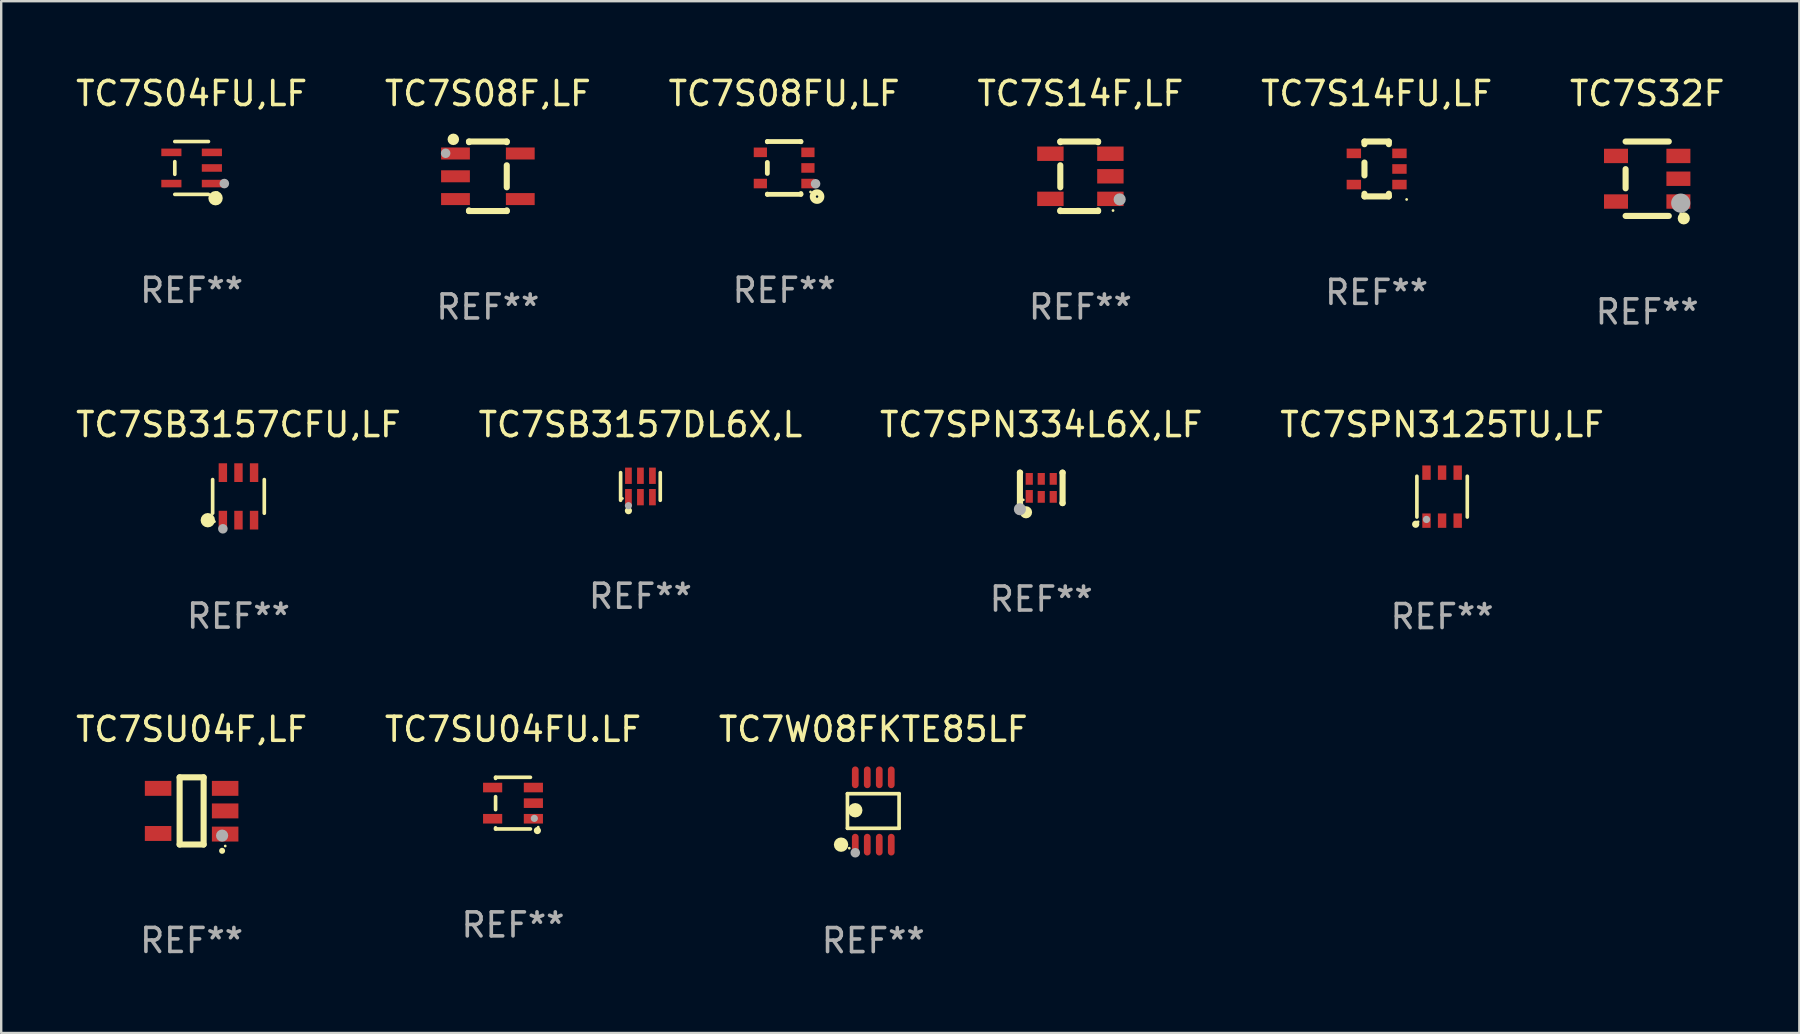
<source format=kicad_pcb>
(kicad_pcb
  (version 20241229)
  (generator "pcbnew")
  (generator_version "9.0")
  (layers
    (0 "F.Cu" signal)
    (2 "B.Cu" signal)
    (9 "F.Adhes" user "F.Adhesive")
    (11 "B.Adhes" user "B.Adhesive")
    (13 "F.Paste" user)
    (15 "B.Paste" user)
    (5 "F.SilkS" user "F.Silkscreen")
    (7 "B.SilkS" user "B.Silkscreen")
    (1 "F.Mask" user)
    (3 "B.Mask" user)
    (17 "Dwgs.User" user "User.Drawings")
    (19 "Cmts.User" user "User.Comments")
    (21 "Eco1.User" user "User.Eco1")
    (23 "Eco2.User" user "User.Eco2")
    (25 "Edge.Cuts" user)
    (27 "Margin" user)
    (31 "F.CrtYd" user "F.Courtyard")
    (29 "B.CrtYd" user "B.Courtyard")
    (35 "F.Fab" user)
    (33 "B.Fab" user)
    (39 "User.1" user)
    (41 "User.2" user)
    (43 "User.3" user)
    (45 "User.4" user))
  (footprint "TC7SPN334L6X,LF"
    (layer "F.Cu")
    (at 40.339 17.28)
    (property "Reference" "TC7SPN334L6X,LF" (at 0 -2.635 0) (layer "F.SilkS") (effects (font (size 1 1) (thickness 0.15))))
    (attr through_hole)
    (fp_line (start -0.889 -0.635) (end -0.889 0.635) (stroke (width 0.254) (type solid)) (layer "F.SilkS"))
    (fp_line (start -0.889 0.635) (end -0.881 0.635) (stroke (width 0.254) (type solid)) (layer "F.SilkS"))
    (fp_line (start -0.881 -0.635) (end -0.889 -0.635) (stroke (width 0.254) (type solid)) (layer "F.SilkS"))
    (fp_line (start 0.881 0.635) (end 0.889 0.635) (stroke (width 0.254) (type solid)) (layer "F.SilkS"))
    (fp_line (start 0.889 -0.635) (end 0.881 -0.635) (stroke (width 0.254) (type solid)) (layer "F.SilkS"))
    (fp_line (start 0.889 0.635) (end 0.889 -0.635) (stroke (width 0.254) (type solid)) (layer "F.SilkS"))
    (fp_circle (center -0.75 0.5) (end -0.72 0.5) (stroke (width 0.06) (type solid)) (fill no) (layer "F.SilkS"))
    (fp_circle (center -0.635 1.016) (end -0.508 1.016) (stroke (width 0.254) (type solid)) (fill no) (layer "F.SilkS"))
    (fp_circle (center -0.889 0.889) (end -0.762 0.889) (stroke (width 0.254) (type solid)) (fill no) (layer "F.Fab"))
    (fp_text user "REF**" (at 0 4.635 0) (layer "F.Fab") (effects (font (size 1 1) (thickness 0.15))))
    (pad "1" smd rect (at -0.5 0.355) (size 0.3 0.53) (layers "F.Cu" "F.Mask" "F.Paste"))
    (pad "2" smd rect (at 0.000127 0.375) (size 0.3 0.49) (layers "F.Cu" "F.Mask" "F.Paste"))
    (pad "3" smd rect (at 0.5 0.375) (size 0.3 0.49) (layers "F.Cu" "F.Mask" "F.Paste"))
    (pad "4" smd rect (at 0.5 -0.375) (size 0.3 0.49) (layers "F.Cu" "F.Mask" "F.Paste"))
    (pad "5" smd rect (at 0.000127 -0.375) (size 0.3 0.49) (layers "F.Cu" "F.Mask" "F.Paste"))
    (pad "6" smd rect (at -0.5 -0.375) (size 0.3 0.49) (layers "F.Cu" "F.Mask" "F.Paste")))
  (footprint "TC7SB3157CFU,LF"
    (layer "F.Cu")
    (at 6.887 17.635)
    (property "Reference" "TC7SB3157CFU,LF" (at 0 -2.99 0) (layer "F.SilkS") (effects (font (size 1 1) (thickness 0.15))))
    (attr through_hole)
    (fp_line (start -1.076 0.701) (end -1.076 -0.701) (stroke (width 0.152) (type solid)) (layer "F.SilkS"))
    (fp_line (start 1.076 0.701) (end 1.076 -0.701) (stroke (width 0.152) (type solid)) (layer "F.SilkS"))
    (fp_circle (center -1.277 0.992) (end -1.127 0.992) (stroke (width 0.3) (type solid)) (fill no) (layer "F.SilkS"))
    (fp_circle (center -1 1.05) (end -0.97 1.05) (stroke (width 0.06) (type solid)) (fill no) (layer "F.SilkS"))
    (fp_circle (center -0.65 1.35) (end -0.55 1.35) (stroke (width 0.2) (type solid)) (fill no) (layer "F.Fab"))
    (fp_text user "REF**" (at 0 4.99 0) (layer "F.Fab") (effects (font (size 1 1) (thickness 0.15))))
    (pad "1" smd rect (at -0.65 0.99) (size 0.35 0.78) (layers "F.Cu" "F.Mask" "F.Paste"))
    (pad "2" smd rect (at 0 0.99) (size 0.35 0.78) (layers "F.Cu" "F.Mask" "F.Paste"))
    (pad "3" smd rect (at 0.65 0.99) (size 0.35 0.78) (layers "F.Cu" "F.Mask" "F.Paste"))
    (pad "4" smd rect (at 0.65 -0.99) (size 0.35 0.78) (layers "F.Cu" "F.Mask" "F.Paste"))
    (pad "5" smd rect (at 0 -0.99) (size 0.35 0.78) (layers "F.Cu" "F.Mask" "F.Paste"))
    (pad "6" smd rect (at -0.65 -0.99) (size 0.35 0.78) (layers "F.Cu" "F.Mask" "F.Paste")))
  (footprint "TC7S04FU,LF"
    (layer "F.Cu")
    (at 4.935 3.949)
    (property "Reference" "TC7S04FU,LF" (at 0 -3.101 0) (layer "F.SilkS") (effects (font (size 1 1) (thickness 0.15))))
    (attr through_hole)
    (fp_line (start -0.701 -0.264) (end -0.701 0.264) (stroke (width 0.152) (type solid)) (layer "F.SilkS"))
    (fp_line (start 0.701 -1.101) (end -0.701 -1.101) (stroke (width 0.152) (type solid)) (layer "F.SilkS"))
    (fp_line (start 0.701 1.101) (end -0.701 1.101) (stroke (width 0.152) (type solid)) (layer "F.SilkS"))
    (fp_circle (center 0.997 1.26) (end 1.147 1.26) (stroke (width 0.3) (type solid)) (fill no) (layer "F.SilkS"))
    (fp_circle (center 1.063 1.025) (end 1.093 1.025) (stroke (width 0.06) (type solid)) (fill no) (layer "F.SilkS"))
    (fp_circle (center 1.362 0.65) (end 1.463 0.65) (stroke (width 0.2) (type solid)) (fill no) (layer "F.Fab"))
    (fp_text user "REF**" (at 0 5.101 0) (layer "F.Fab") (effects (font (size 1 1) (thickness 0.15))))
    (pad "1" smd rect (at 0.844 0.65) (size 0.839 0.315) (layers "F.Cu" "F.Mask" "F.Paste"))
    (pad "2" smd rect (at 0.844 0) (size 0.839 0.315) (layers "F.Cu" "F.Mask" "F.Paste"))
    (pad "3" smd rect (at 0.844 -0.65) (size 0.839 0.315) (layers "F.Cu" "F.Mask" "F.Paste"))
    (pad "4" smd rect (at -0.844 -0.65) (size 0.839 0.315) (layers "F.Cu" "F.Mask" "F.Paste"))
    (pad "5" smd rect (at -0.844 0.65) (size 0.839 0.315) (layers "F.Cu" "F.Mask" "F.Paste")))
  (footprint "TC7SU04FU.LF"
    (layer "F.Cu")
    (at 18.327 30.417)
    (property "Reference" "TC7SU04FU.LF" (at 0 -3.076 0) (layer "F.SilkS") (effects (font (size 1 1) (thickness 0.15))))
    (attr through_hole)
    (fp_line (start -0.726 -1.03) (end -0.726 -1.076) (stroke (width 0.152) (type solid)) (layer "F.SilkS"))
    (fp_line (start -0.726 0.27) (end -0.726 -0.27) (stroke (width 0.152) (type solid)) (layer "F.SilkS"))
    (fp_line (start -0.726 1.076) (end -0.726 1.03) (stroke (width 0.152) (type solid)) (layer "F.SilkS"))
    (fp_line (start 0.726 -1.076) (end -0.726 -1.076) (stroke (width 0.152) (type solid)) (layer "F.SilkS"))
    (fp_line (start 0.726 1.076) (end -0.726 1.076) (stroke (width 0.152) (type solid)) (layer "F.SilkS"))
    (fp_circle (center 1.016 1.143) (end 1.091 1.143) (stroke (width 0.15) (type solid)) (fill no) (layer "F.SilkS"))
    (fp_circle (center 1.05 1) (end 1.08 1) (stroke (width 0.06) (type solid)) (fill no) (layer "F.SilkS"))
    (fp_circle (center 0.889 0.635) (end 0.964 0.635) (stroke (width 0.15) (type solid)) (fill no) (layer "F.Fab"))
    (fp_text user "REF**" (at 0 5.076 0) (layer "F.Fab") (effects (font (size 1 1) (thickness 0.15))))
    (pad "1" smd rect (at 0.849 0.65 90) (size 0.4 0.798) (layers "F.Cu" "F.Mask" "F.Paste"))
    (pad "2" smd rect (at 0.849 0 90) (size 0.4 0.798) (layers "F.Cu" "F.Mask" "F.Paste"))
    (pad "3" smd rect (at 0.849 -0.65 90) (size 0.4 0.798) (layers "F.Cu" "F.Mask" "F.Paste"))
    (pad "4" smd rect (at -0.849 -0.65 90) (size 0.4 0.798) (layers "F.Cu" "F.Mask" "F.Paste"))
    (pad "5" smd rect (at -0.849 0.65 90) (size 0.4 0.798) (layers "F.Cu" "F.Mask" "F.Paste")))
  (footprint "TC7SPN3125TU,LF"
    (layer "F.Cu")
    (at 57.042 17.645)
    (property "Reference" "TC7SPN3125TU,LF" (at 0 -3 0) (layer "F.SilkS") (effects (font (size 1 1) (thickness 0.15))))
    (attr through_hole)
    (fp_line (start -1.05 -0.85) (end -1.05 0.85) (stroke (width 0.152) (type solid)) (layer "F.SilkS"))
    (fp_line (start 1.05 -0.85) (end 1.05 0.85) (stroke (width 0.152) (type solid)) (layer "F.SilkS"))
    (fp_circle (center -1.1 1.15) (end -1.024 1.15) (stroke (width 0.152) (type solid)) (fill no) (layer "F.SilkS"))
    (fp_circle (center -1 1.05) (end -0.97 1.05) (stroke (width 0.06) (type solid)) (fill no) (layer "F.SilkS"))
    (fp_circle (center -0.65 0.95) (end -0.574 0.95) (stroke (width 0.152) (type solid)) (fill no) (layer "F.Fab"))
    (fp_text user "REF**" (at 0 5 0) (layer "F.Fab") (effects (font (size 1 1) (thickness 0.15))))
    (pad "1" smd rect (at -0.65 1) (size 0.35 0.6) (layers "F.Cu" "F.Mask" "F.Paste"))
    (pad "2" smd rect (at -0.000051 1) (size 0.35 0.6) (layers "F.Cu" "F.Mask" "F.Paste"))
    (pad "3" smd rect (at 0.65 1) (size 0.35 0.6) (layers "F.Cu" "F.Mask" "F.Paste"))
    (pad "4" smd rect (at 0.65 -1) (size 0.35 0.6) (layers "F.Cu" "F.Mask" "F.Paste"))
    (pad "5" smd rect (at -0.000051 -1) (size 0.35 0.6) (layers "F.Cu" "F.Mask" "F.Paste"))
    (pad "6" smd rect (at -0.65 -1) (size 0.35 0.6) (layers "F.Cu" "F.Mask" "F.Paste")))
  (footprint "TC7SU04F,LF"
    (layer "F.Cu")
    (at 4.935 30.741)
    (property "Reference" "TC7SU04F,LF" (at 0 -3.4 0) (layer "F.SilkS") (effects (font (size 1 1) (thickness 0.15))))
    (attr through_hole)
    (fp_line (start -0.5 -1.4) (end 0.5 -1.4) (stroke (width 0.254) (type solid)) (layer "F.SilkS"))
    (fp_line (start -0.5 1.4) (end -0.5 -1.4) (stroke (width 0.254) (type solid)) (layer "F.SilkS"))
    (fp_line (start 0.5 -1.4) (end 0.5 1.4) (stroke (width 0.254) (type solid)) (layer "F.SilkS"))
    (fp_line (start 0.5 1.4) (end -0.5 1.4) (stroke (width 0.254) (type solid)) (layer "F.SilkS"))
    (fp_arc (start 1.269926 1.663653) (mid 1.269919 1.662383) (end 1.269926 1.661113) (stroke (width 0.24892) (type solid)) (layer "F.SilkS"))
    (fp_circle (center 1.4 1.463) (end 1.43 1.463) (stroke (width 0.06) (type solid)) (fill no) (layer "F.SilkS"))
    (fp_circle (center 1.27 1.029) (end 1.397 1.029) (stroke (width 0.254) (type solid)) (fill no) (layer "F.Fab"))
    (fp_text user "REF**" (at 0 5.4 0) (layer "F.Fab") (effects (font (size 1 1) (thickness 0.15))))
    (pad "1" smd rect (at 1.397 0.965 90) (size 0.622 1.105) (layers "F.Cu" "F.Mask" "F.Paste"))
    (pad "2" smd rect (at 1.397 0.000025 90) (size 0.622 1.105) (layers "F.Cu" "F.Mask" "F.Paste"))
    (pad "3" smd rect (at 1.397 -0.94 90) (size 0.622 1.105) (layers "F.Cu" "F.Mask" "F.Paste"))
    (pad "4" smd rect (at -1.397 -0.94 90) (size 0.622 1.105) (layers "F.Cu" "F.Mask" "F.Paste"))
    (pad "5" smd rect (at -1.397 0.94 90) (size 0.622 1.105) (layers "F.Cu" "F.Mask" "F.Paste")))
  (footprint "TC7S14F,LF"
    (layer "F.Cu")
    (at 41.97 4.296)
    (property "Reference" "TC7S14F,LF" (at 0 -3.448 0) (layer "F.SilkS") (effects (font (size 1 1) (thickness 0.15))))
    (attr through_hole)
    (fp_line (start -0.837 -1.448) (end 0.738 -1.448) (stroke (width 0.254) (type solid)) (layer "F.SilkS"))
    (fp_line (start -0.837 -1.421) (end -0.837 -1.448) (stroke (width 0.254) (type solid)) (layer "F.SilkS"))
    (fp_line (start -0.837 0.459) (end -0.837 -0.459) (stroke (width 0.254) (type solid)) (layer "F.SilkS"))
    (fp_line (start -0.837 1.448) (end -0.837 1.421) (stroke (width 0.254) (type solid)) (layer "F.SilkS"))
    (fp_line (start 0.738 -1.421) (end 0.738 -1.448) (stroke (width 0.254) (type solid)) (layer "F.SilkS"))
    (fp_line (start 0.738 1.448) (end -0.837 1.448) (stroke (width 0.254) (type solid)) (layer "F.SilkS"))
    (fp_line (start 0.738 1.448) (end 0.738 1.421) (stroke (width 0.254) (type solid)) (layer "F.SilkS"))
    (fp_circle (center 1.36 1.427) (end 1.39 1.427) (stroke (width 0.06) (type solid)) (fill no) (layer "F.SilkS"))
    (fp_circle (center 1.637 0.963) (end 1.764 0.963) (stroke (width 0.254) (type solid)) (fill no) (layer "F.Fab"))
    (fp_text user "REF**" (at 0 5.448 0) (layer "F.Fab") (effects (font (size 1 1) (thickness 0.15))))
    (pad "1" smd rect (at 1.25 0.94 270) (size 0.6 1.1) (layers "F.Cu" "F.Mask" "F.Paste"))
    (pad "2" smd rect (at 1.25 0 270) (size 0.6 1.1) (layers "F.Cu" "F.Mask" "F.Paste"))
    (pad "3" smd rect (at 1.25 -0.94 270) (size 0.6 1.1) (layers "F.Cu" "F.Mask" "F.Paste"))
    (pad "4" smd rect (at -1.25 -0.94 270) (size 0.6 1.1) (layers "F.Cu" "F.Mask" "F.Paste"))
    (pad "5" smd rect (at -1.25 0.94 270) (size 0.6 1.1) (layers "F.Cu" "F.Mask" "F.Paste")))
  (footprint "TC7SB3157DL6X,L"
    (layer "F.Cu")
    (at 23.637 17.221)
    (property "Reference" "TC7SB3157DL6X,L" (at 0 -2.576 0) (layer "F.SilkS") (effects (font (size 1 1) (thickness 0.15))))
    (attr through_hole)
    (fp_line (start -0.826 0.576) (end -0.826 -0.576) (stroke (width 0.152) (type solid)) (layer "F.SilkS"))
    (fp_line (start 0.826 0.576) (end 0.826 -0.576) (stroke (width 0.152) (type solid)) (layer "F.SilkS"))
    (fp_circle (center -0.75 0.5) (end -0.72 0.5) (stroke (width 0.06) (type solid)) (fill no) (layer "F.SilkS"))
    (fp_circle (center -0.5 1.01) (end -0.425 1.01) (stroke (width 0.15) (type solid)) (fill no) (layer "F.SilkS"))
    (fp_circle (center -0.5 0.8) (end -0.425 0.8) (stroke (width 0.15) (type solid)) (fill no) (layer "F.Fab"))
    (fp_text user "REF**" (at 0 4.576 0) (layer "F.Fab") (effects (font (size 1 1) (thickness 0.15))))
    (pad "1" smd rect (at -0.5 0.445) (size 0.28 0.68) (layers "F.Cu" "F.Mask" "F.Paste"))
    (pad "2" smd rect (at 0 0.446) (size 0.28 0.68) (layers "F.Cu" "F.Mask" "F.Paste"))
    (pad "3" smd rect (at 0.5 0.446) (size 0.28 0.68) (layers "F.Cu" "F.Mask" "F.Paste"))
    (pad "4" smd rect (at 0.5 -0.446) (size 0.28 0.68) (layers "F.Cu" "F.Mask" "F.Paste"))
    (pad "5" smd rect (at 0 -0.446) (size 0.28 0.68) (layers "F.Cu" "F.Mask" "F.Paste"))
    (pad "6" smd rect (at -0.5 -0.446) (size 0.28 0.68) (layers "F.Cu" "F.Mask" "F.Paste")))
  (footprint "TC7W08FKTE85LF"
    (layer "F.Cu")
    (at 33.339 30.744)
    (property "Reference" "TC7W08FKTE85LF" (at 0 -3.403 0) (layer "F.SilkS") (effects (font (size 1 1) (thickness 0.15))))
    (attr through_hole)
    (fp_line (start -1.076 -0.721) (end 1.076 -0.721) (stroke (width 0.152) (type solid)) (layer "F.SilkS"))
    (fp_line (start -1.076 0.721) (end -1.076 -0.721) (stroke (width 0.152) (type solid)) (layer "F.SilkS"))
    (fp_line (start 1.076 -0.721) (end 1.076 0.721) (stroke (width 0.152) (type solid)) (layer "F.SilkS"))
    (fp_line (start 1.076 0.721) (end -1.076 0.721) (stroke (width 0.152) (type solid)) (layer "F.SilkS"))
    (fp_circle (center -1.342 1.403) (end -1.192 1.403) (stroke (width 0.3) (type solid)) (fill no) (layer "F.SilkS"))
    (fp_circle (center -1 1.55) (end -0.97 1.55) (stroke (width 0.06) (type solid)) (fill no) (layer "F.SilkS"))
    (fp_circle (center -0.75 -0.031) (end -0.6 -0.031) (stroke (width 0.3) (type solid)) (fill no) (layer "F.SilkS"))
    (fp_circle (center -0.75 1.74) (end -0.65 1.74) (stroke (width 0.2) (type solid)) (fill no) (layer "F.Fab"))
    (fp_text user "REF**" (at 0 5.403 0) (layer "F.Fab") (effects (font (size 1 1) (thickness 0.15))))
    (pad "1" smd oval (at -0.75 1.403) (size 0.28 0.905) (layers "F.Cu" "F.Mask" "F.Paste"))
    (pad "2" smd oval (at -0.25 1.403) (size 0.28 0.905) (layers "F.Cu" "F.Mask" "F.Paste"))
    (pad "3" smd oval (at 0.25 1.403) (size 0.28 0.905) (layers "F.Cu" "F.Mask" "F.Paste"))
    (pad "4" smd oval (at 0.75 1.403) (size 0.28 0.905) (layers "F.Cu" "F.Mask" "F.Paste"))
    (pad "5" smd oval (at 0.75 -1.403) (size 0.28 0.905) (layers "F.Cu" "F.Mask" "F.Paste"))
    (pad "6" smd oval (at 0.25 -1.403) (size 0.28 0.905) (layers "F.Cu" "F.Mask" "F.Paste"))
    (pad "7" smd oval (at -0.25 -1.403) (size 0.28 0.905) (layers "F.Cu" "F.Mask" "F.Paste"))
    (pad "8" smd oval (at -0.75 -1.403) (size 0.28 0.905) (layers "F.Cu" "F.Mask" "F.Paste")))
  (footprint "TC7S08FU,LF"
    (layer "F.Cu")
    (at 29.625 3.948)
    (property "Reference" "TC7S08FU,LF" (at 0 -3.1 0) (layer "F.SilkS") (effects (font (size 1 1) (thickness 0.15))))
    (attr through_hole)
    (fp_line (start -0.7 -1.1) (end 0.7 -1.1) (stroke (width 0.2) (type solid)) (layer "F.SilkS"))
    (fp_line (start -0.7 -1.09) (end -0.7 -1.1) (stroke (width 0.2) (type solid)) (layer "F.SilkS"))
    (fp_line (start -0.7 0.23) (end -0.7 -0.23) (stroke (width 0.2) (type solid)) (layer "F.SilkS"))
    (fp_line (start -0.7 1.1) (end -0.7 1.09) (stroke (width 0.2) (type solid)) (layer "F.SilkS"))
    (fp_line (start -0.7 1.1) (end 0.7 1.1) (stroke (width 0.2) (type solid)) (layer "F.SilkS"))
    (fp_line (start 0.7 -1.09) (end 0.7 -1.1) (stroke (width 0.2) (type solid)) (layer "F.SilkS"))
    (fp_line (start 0.7 1.1) (end 0.7 1.065) (stroke (width 0.2) (type solid)) (layer "F.SilkS"))
    (fp_circle (center 1.1 1) (end 1.13 1) (stroke (width 0.06) (type solid)) (fill no) (layer "F.SilkS"))
    (fp_circle (center 1.372 1.194) (end 1.422 1.194) (stroke (width 0.254) (type solid)) (fill no) (layer "F.SilkS"))
    (fp_circle (center 1.31 0.66) (end 1.41 0.66) (stroke (width 0.2) (type solid)) (fill no) (layer "F.Fab"))
    (fp_text user "REF**" (at 0 5.1 0) (layer "F.Fab") (effects (font (size 1 1) (thickness 0.15))))
    (pad "1" smd rect (at 0.991 0.65 270) (size 0.399 0.551) (layers "F.Cu" "F.Mask" "F.Paste"))
    (pad "2" smd rect (at 0.991 0.000051 270) (size 0.399 0.551) (layers "F.Cu" "F.Mask" "F.Paste"))
    (pad "3" smd rect (at 0.991 -0.65 270) (size 0.399 0.551) (layers "F.Cu" "F.Mask" "F.Paste"))
    (pad "4" smd rect (at -0.991 -0.65 270) (size 0.399 0.551) (layers "F.Cu" "F.Mask" "F.Paste"))
    (pad "5" smd rect (at -0.991 0.65 270) (size 0.399 0.551) (layers "F.Cu" "F.Mask" "F.Paste")))
  (footprint "TC7S32F"
    (layer "F.Cu")
    (at 65.589 4.398)
    (property "Reference" "TC7S32F" (at 0 -3.55 0) (layer "F.SilkS") (effects (font (size 1 1) (thickness 0.15))))
    (attr through_hole)
    (fp_line (start -0.9 -1.55) (end 0.9 -1.55) (stroke (width 0.254) (type solid)) (layer "F.SilkS"))
    (fp_line (start -0.9 0.4) (end -0.9 -0.4) (stroke (width 0.254) (type solid)) (layer "F.SilkS"))
    (fp_line (start -0.9 1.55) (end 0.9 1.55) (stroke (width 0.254) (type solid)) (layer "F.SilkS"))
    (fp_circle (center 1.4 1.45) (end 1.43 1.45) (stroke (width 0.06) (type solid)) (fill no) (layer "F.SilkS"))
    (fp_circle (center 1.524 1.651) (end 1.651 1.651) (stroke (width 0.254) (type solid)) (fill no) (layer "F.SilkS"))
    (fp_circle (center 1.397 1.016) (end 1.597 1.016) (stroke (width 0.4) (type solid)) (fill no) (layer "F.Fab"))
    (fp_text user "REF**" (at 0 5.55 0) (layer "F.Fab") (effects (font (size 1 1) (thickness 0.15))))
    (pad "1" smd rect (at 1.3 0.95) (size 1 0.6) (layers "F.Cu" "F.Mask" "F.Paste"))
    (pad "2" smd rect (at 1.3 -0.000051) (size 1 0.6) (layers "F.Cu" "F.Mask" "F.Paste"))
    (pad "3" smd rect (at 1.3 -0.95) (size 1 0.6) (layers "F.Cu" "F.Mask" "F.Paste"))
    (pad "4" smd rect (at -1.3 -0.95) (size 1 0.6) (layers "F.Cu" "F.Mask" "F.Paste"))
    (pad "5" smd rect (at -1.3 0.95) (size 1 0.6) (layers "F.Cu" "F.Mask" "F.Paste")))
  (footprint "TC7S08F,LF"
    (layer "F.Cu")
    (at 17.28 4.296)
    (property "Reference" "TC7S08F,LF" (at 0 -3.448 0) (layer "F.SilkS") (effects (font (size 1 1) (thickness 0.15))))
    (attr through_hole)
    (fp_line (start -0.787 -1.448) (end -0.787 -1.421) (stroke (width 0.254) (type solid)) (layer "F.SilkS"))
    (fp_line (start -0.787 -1.448) (end 0.787 -1.448) (stroke (width 0.254) (type solid)) (layer "F.SilkS"))
    (fp_line (start -0.787 1.421) (end -0.787 1.448) (stroke (width 0.254) (type solid)) (layer "F.SilkS"))
    (fp_line (start 0.787 -1.448) (end 0.787 -1.421) (stroke (width 0.254) (type solid)) (layer "F.SilkS"))
    (fp_line (start 0.787 -0.459) (end 0.787 0.459) (stroke (width 0.254) (type solid)) (layer "F.SilkS"))
    (fp_line (start 0.787 1.421) (end 0.787 1.448) (stroke (width 0.254) (type solid)) (layer "F.SilkS"))
    (fp_line (start 0.787 1.448) (end -0.787 1.448) (stroke (width 0.254) (type solid)) (layer "F.SilkS"))
    (fp_circle (center -1.55 -1.45) (end -1.52 -1.45) (stroke (width 0.06) (type solid)) (fill no) (layer "F.SilkS"))
    (fp_circle (center -1.44 -1.54) (end -1.32 -1.54) (stroke (width 0.24) (type solid)) (fill no) (layer "F.SilkS"))
    (fp_circle (center -1.76 -0.96) (end -1.66 -0.96) (stroke (width 0.2) (type solid)) (fill no) (layer "F.Fab"))
    (fp_text user "REF**" (at 0 5.448 0) (layer "F.Fab") (effects (font (size 1 1) (thickness 0.15))))
    (pad "1" smd rect (at -1.35 -0.95 90) (size 0.5 1.2) (layers "F.Cu" "F.Mask" "F.Paste"))
    (pad "2" smd rect (at -1.35 0 90) (size 0.5 1.2) (layers "F.Cu" "F.Mask" "F.Paste"))
    (pad "3" smd rect (at -1.35 0.95 270) (size 0.5 1.2) (layers "F.Cu" "F.Mask" "F.Paste"))
    (pad "4" smd rect (at 1.35 0.95 90) (size 0.5 1.2) (layers "F.Cu" "F.Mask" "F.Paste"))
    (pad "5" smd rect (at 1.35 -0.95 270) (size 0.5 1.2) (layers "F.Cu" "F.Mask" "F.Paste")))
  (footprint "TC7S14FU,LF"
    (layer "F.Cu")
    (at 54.315 3.991)
    (property "Reference" "TC7S14FU,LF" (at 0 -3.143 0) (layer "F.SilkS") (effects (font (size 1 1) (thickness 0.15))))
    (attr through_hole)
    (fp_line (start -0.508 -1.143) (end 0.508 -1.143) (stroke (width 0.254) (type solid)) (layer "F.SilkS"))
    (fp_line (start -0.508 -1.032) (end -0.508 -1.143) (stroke (width 0.254) (type solid)) (layer "F.SilkS"))
    (fp_line (start -0.508 0.268) (end -0.508 -0.268) (stroke (width 0.254) (type solid)) (layer "F.SilkS"))
    (fp_line (start -0.508 1.143) (end -0.508 1.032) (stroke (width 0.254) (type solid)) (layer "F.SilkS"))
    (fp_line (start 0.508 -1.143) (end 0.508 -1.032) (stroke (width 0.254) (type solid)) (layer "F.SilkS"))
    (fp_line (start 0.508 1.032) (end 0.508 1.143) (stroke (width 0.254) (type solid)) (layer "F.SilkS"))
    (fp_line (start 0.508 1.143) (end -0.508 1.143) (stroke (width 0.254) (type solid)) (layer "F.SilkS"))
    (fp_circle (center 1.25 1.27) (end 1.28 1.27) (stroke (width 0.06) (type solid)) (fill no) (layer "F.SilkS"))
    (fp_text user "REF**" (at 0 5.143 0) (layer "F.Fab") (effects (font (size 1 1) (thickness 0.15))))
    (pad "1" smd rect (at 0.95 0.65 270) (size 0.4 0.6) (layers "F.Cu" "F.Mask" "F.Paste"))
    (pad "2" smd rect (at 0.95 0 270) (size 0.4 0.6) (layers "F.Cu" "F.Mask" "F.Paste"))
    (pad "3" smd rect (at 0.95 -0.65 270) (size 0.4 0.6) (layers "F.Cu" "F.Mask" "F.Paste"))
    (pad "4" smd rect (at -0.95 -0.65 270) (size 0.4 0.6) (layers "F.Cu" "F.Mask" "F.Paste"))
    (pad "5" smd rect (at -0.95 0.65 270) (size 0.4 0.6) (layers "F.Cu" "F.Mask" "F.Paste")))
  (gr_rect
    (start -3 -3)
    (end 71.929 39.995)
    (stroke (width 0.1) (type default))
    (fill no)
    (layer "Edge.Cuts")))
</source>
